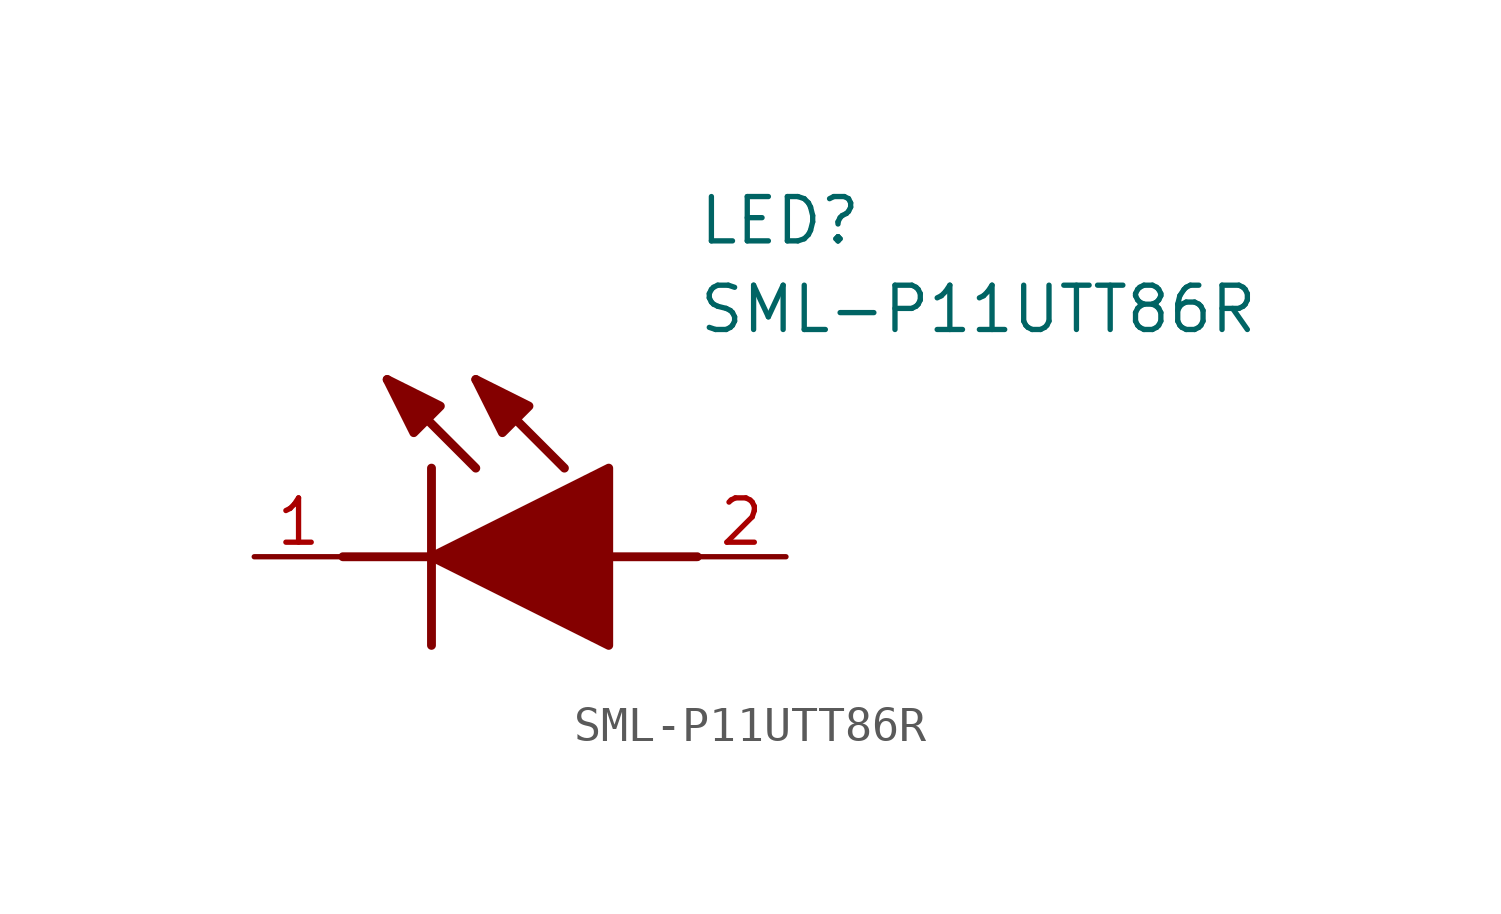
<source format=kicad_sym>
(kicad_symbol_lib
  (version 20211014)
  (generator SamacSys_ECAD_Model)
  (symbol "SML-P11UTT86R"
    (pin_names hide)
    (property "Reference" "LED"
      (at 12.7 8.89 0)
      (effects (font (size 1.27 1.27)) (justify left bottom)))
    (property "Value" "SML-P11UTT86R"
      (at 12.7 6.35 0)
      (effects (font (size 1.27 1.27)) (justify left bottom)))
    (polyline
      (pts (xy 5.08 2.54) (xy 5.08 -2.54))
      (stroke (width 0.254) (type default))
      (fill (type none)))
    (polyline
      (pts (xy 6.35 2.54) (xy 3.81 5.08))
      (stroke (width 0.254) (type default))
      (fill (type none)))
    (polyline
      (pts (xy 8.89 2.54) (xy 6.35 5.08))
      (stroke (width 0.254) (type default))
      (fill (type none)))
    (polyline
      (pts (xy 2.54 0) (xy 5.08 0))
      (stroke (width 0.254) (type default))
      (fill (type none)))
    (polyline
      (pts (xy 10.16 0) (xy 12.7 0))
      (stroke (width 0.254) (type default))
      (fill (type none)))
    (polyline
      (pts (xy 5.08 0) (xy 10.16 2.54) (xy 10.16 -2.54) (xy 5.08 0))
      (stroke (width 0.254) (type default))
      (fill (type outline)))
    (polyline
      (pts (xy 5.334 4.318) (xy 4.572 3.556) (xy 3.81 5.08) (xy 5.334 4.318))
      (stroke (width 0.254) (type default))
      (fill (type outline)))
    (polyline
      (pts (xy 7.874 4.318) (xy 7.112 3.556) (xy 6.35 5.08) (xy 7.874 4.318))
      (stroke (width 0.254) (type default))
      (fill (type outline)))
    (pin passive line
      (at 0 0 0)
      (length 2.54)
      (name "K" (effects (font (size 1.27 1.27))))
      (number "1" (effects (font (size 1.27 1.27)))))
    (pin passive line
      (at 15.24 0 180)
      (length 2.54)
      (name "A" (effects (font (size 1.27 1.27))))
      (number "2" (effects (font (size 1.27 1.27)))))))
</source>
